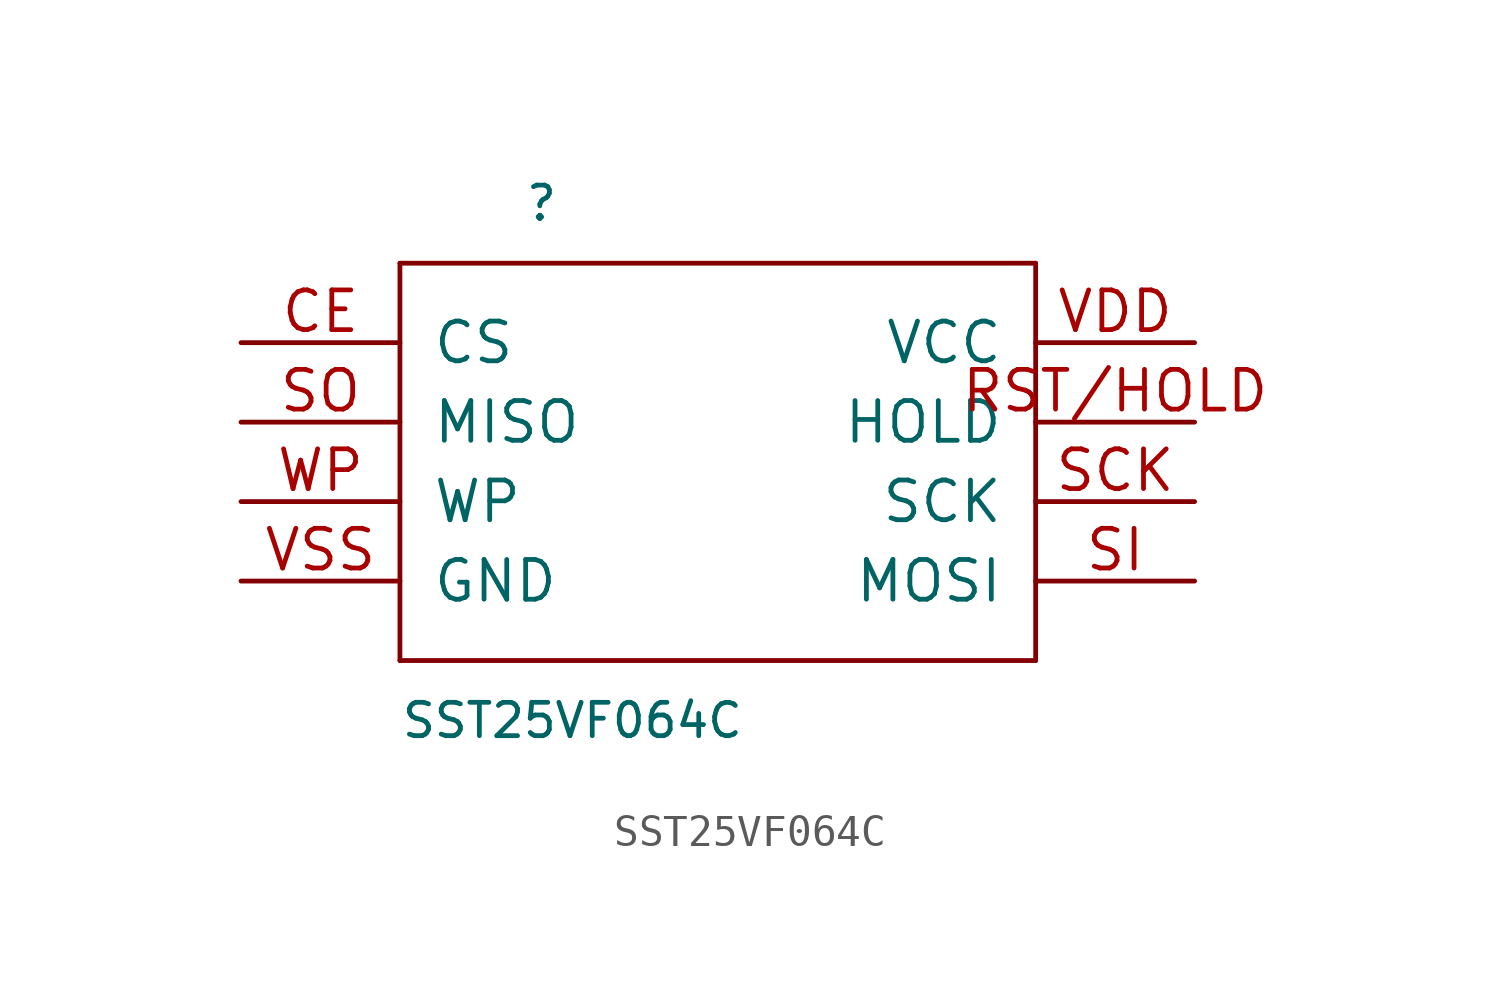
<source format=kicad_sym>
(kicad_symbol_lib
  (version 20211014)
  (generator kicad_symbol_editor)
  (symbol "SST25VF064C"
    (pin_names
      (offset 1.016))
    (property "Reference" ""
      (at -5.08 10.16 0)
      (effects (font (size 1.067 1.067)) (justify right top)))
    (property "Value" "SST25VF064C"
      (at -10.16 -7.62 0)
      (effects (font (size 1.067 1.067)) (justify left bottom)))
    (property "ki_locked" ""
      (at 0 0 0)
      (effects (font (size 1.27 1.27))))
    (symbol "SST25VF064C_1_0"
      (polyline (pts (xy -10.16 -5.08) (xy 10.16 -5.08)) (stroke (width 0) (type default) (color 0 0 0 0)) (fill (type none)))
      (polyline (pts (xy -10.16 7.62) (xy -10.16 -5.08)) (stroke (width 0) (type default) (color 0 0 0 0)) (fill (type none)))
      (polyline (pts (xy 10.16 -5.08) (xy 10.16 7.62)) (stroke (width 0) (type default) (color 0 0 0 0)) (fill (type none)))
      (polyline (pts (xy 10.16 7.62) (xy -10.16 7.62)) (stroke (width 0) (type default) (color 0 0 0 0)) (fill (type none)))
      (pin bidirectional line (at -15.24 5.08 0) (length 5.08) (name "CS" (effects (font (size 1.27 1.27)))) (number "CE" (effects (font (size 1.27 1.27)))))
      (pin bidirectional line (at 15.24 2.54 180) (length 5.08) (name "HOLD" (effects (font (size 1.27 1.27)))) (number "RST/HOLD" (effects (font (size 1.27 1.27)))))
      (pin bidirectional line (at 15.24 0 180) (length 5.08) (name "SCK" (effects (font (size 1.27 1.27)))) (number "SCK" (effects (font (size 1.27 1.27)))))
      (pin bidirectional line (at 15.24 -2.54 180) (length 5.08) (name "MOSI" (effects (font (size 1.27 1.27)))) (number "SI" (effects (font (size 1.27 1.27)))))
      (pin bidirectional line (at -15.24 2.54 0) (length 5.08) (name "MISO" (effects (font (size 1.27 1.27)))) (number "SO" (effects (font (size 1.27 1.27)))))
      (pin bidirectional line (at 15.24 5.08 180) (length 5.08) (name "VCC" (effects (font (size 1.27 1.27)))) (number "VDD" (effects (font (size 1.27 1.27)))))
      (pin bidirectional line (at -15.24 -2.54 0) (length 5.08) (name "GND" (effects (font (size 1.27 1.27)))) (number "VSS" (effects (font (size 1.27 1.27)))))
      (pin bidirectional line (at -15.24 0 0) (length 5.08) (name "WP" (effects (font (size 1.27 1.27)))) (number "WP" (effects (font (size 1.27 1.27))))))))
</source>
